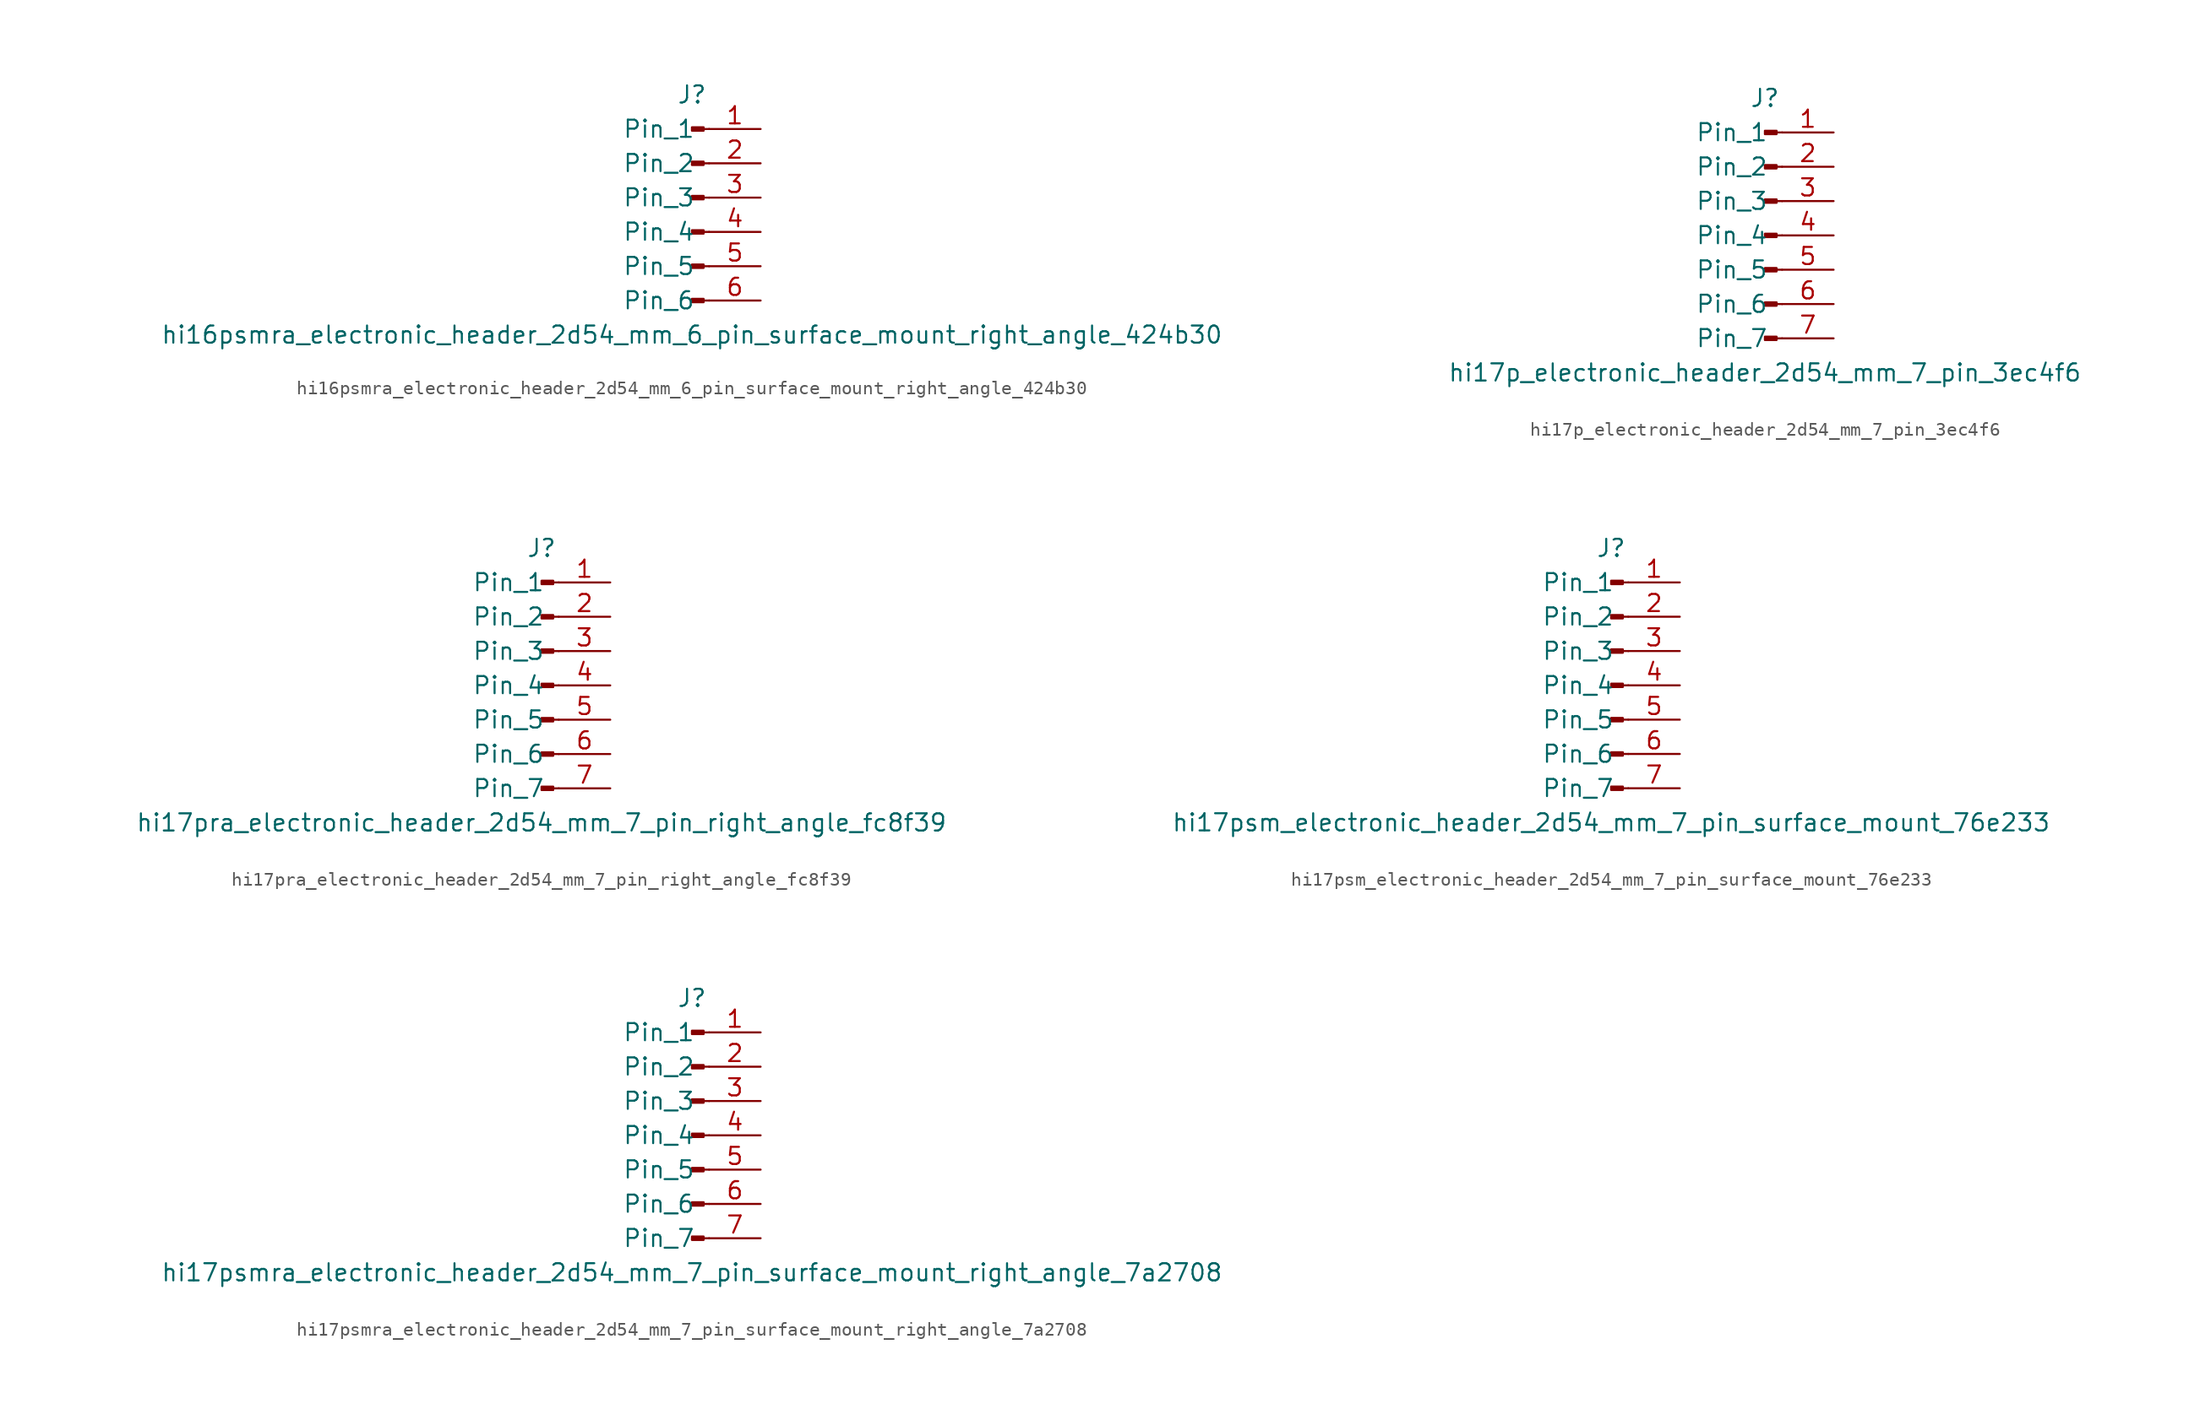
<source format=kicad_sym>
(kicad_symbol_lib
  (version 20220914)
  (generator kicad_symbol_editor)
  (symbol "hi16psmra_electronic_header_2d54_mm_6_pin_surface_mount_right_angle_424b30"
    (pin_names
      (offset 1.016))
    (property "Reference" "J"
      (at 0 7.62 0)
      (effects (font (size 1.27 1.27))))
    (property "Value" "hi16psmra_electronic_header_2d54_mm_6_pin_surface_mount_right_angle_424b30"
      (at 0 -10.16 0)
      (effects (font (size 1.27 1.27))))
    (property "ki_locked" ""
      (at 0 0 0)
      (effects (font (size 1.27 1.27))))
    (symbol "hi16psmra_electronic_header_2d54_mm_6_pin_surface_mount_right_angle_424b30_1_1"
      (polyline (pts (xy 1.27 -7.62) (xy 0.864 -7.62)) (stroke (width 0.152) (type default)) (fill (type none)))
      (polyline (pts (xy 1.27 -5.08) (xy 0.864 -5.08)) (stroke (width 0.152) (type default)) (fill (type none)))
      (polyline (pts (xy 1.27 -2.54) (xy 0.864 -2.54)) (stroke (width 0.152) (type default)) (fill (type none)))
      (polyline (pts (xy 1.27 0) (xy 0.864 0)) (stroke (width 0.152) (type default)) (fill (type none)))
      (polyline (pts (xy 1.27 2.54) (xy 0.864 2.54)) (stroke (width 0.152) (type default)) (fill (type none)))
      (polyline (pts (xy 1.27 5.08) (xy 0.864 5.08)) (stroke (width 0.152) (type default)) (fill (type none)))
      (rectangle (start 0.864 -7.493) (end 0 -7.747) (stroke (width 0.152) (type default)) (fill (type outline)))
      (rectangle (start 0.864 -4.953) (end 0 -5.207) (stroke (width 0.152) (type default)) (fill (type outline)))
      (rectangle (start 0.864 -2.413) (end 0 -2.667) (stroke (width 0.152) (type default)) (fill (type outline)))
      (rectangle (start 0.864 0.127) (end 0 -0.127) (stroke (width 0.152) (type default)) (fill (type outline)))
      (rectangle (start 0.864 2.667) (end 0 2.413) (stroke (width 0.152) (type default)) (fill (type outline)))
      (rectangle (start 0.864 5.207) (end 0 4.953) (stroke (width 0.152) (type default)) (fill (type outline)))
      (pin passive line (at 5.08 5.08 180) (length 3.81) (name "Pin_1" (effects (font (size 1.27 1.27)))) (number "1" (effects (font (size 1.27 1.27)))))
      (pin passive line (at 5.08 2.54 180) (length 3.81) (name "Pin_2" (effects (font (size 1.27 1.27)))) (number "2" (effects (font (size 1.27 1.27)))))
      (pin passive line (at 5.08 0 180) (length 3.81) (name "Pin_3" (effects (font (size 1.27 1.27)))) (number "3" (effects (font (size 1.27 1.27)))))
      (pin passive line (at 5.08 -2.54 180) (length 3.81) (name "Pin_4" (effects (font (size 1.27 1.27)))) (number "4" (effects (font (size 1.27 1.27)))))
      (pin passive line (at 5.08 -5.08 180) (length 3.81) (name "Pin_5" (effects (font (size 1.27 1.27)))) (number "5" (effects (font (size 1.27 1.27)))))
      (pin passive line (at 5.08 -7.62 180) (length 3.81) (name "Pin_6" (effects (font (size 1.27 1.27)))) (number "6" (effects (font (size 1.27 1.27)))))))
  (symbol "hi17p_electronic_header_2d54_mm_7_pin_3ec4f6"
    (pin_names
      (offset 1.016))
    (property "Reference" "J"
      (at 0 10.16 0)
      (effects (font (size 1.27 1.27))))
    (property "Value" "hi17p_electronic_header_2d54_mm_7_pin_3ec4f6"
      (at 0 -10.16 0)
      (effects (font (size 1.27 1.27))))
    (property "ki_locked" ""
      (at 0 0 0)
      (effects (font (size 1.27 1.27))))
    (symbol "hi17p_electronic_header_2d54_mm_7_pin_3ec4f6_1_1"
      (polyline (pts (xy 1.27 -7.62) (xy 0.864 -7.62)) (stroke (width 0.152) (type default)) (fill (type none)))
      (polyline (pts (xy 1.27 -5.08) (xy 0.864 -5.08)) (stroke (width 0.152) (type default)) (fill (type none)))
      (polyline (pts (xy 1.27 -2.54) (xy 0.864 -2.54)) (stroke (width 0.152) (type default)) (fill (type none)))
      (polyline (pts (xy 1.27 0) (xy 0.864 0)) (stroke (width 0.152) (type default)) (fill (type none)))
      (polyline (pts (xy 1.27 2.54) (xy 0.864 2.54)) (stroke (width 0.152) (type default)) (fill (type none)))
      (polyline (pts (xy 1.27 5.08) (xy 0.864 5.08)) (stroke (width 0.152) (type default)) (fill (type none)))
      (polyline (pts (xy 1.27 7.62) (xy 0.864 7.62)) (stroke (width 0.152) (type default)) (fill (type none)))
      (rectangle (start 0.864 -7.493) (end 0 -7.747) (stroke (width 0.152) (type default)) (fill (type outline)))
      (rectangle (start 0.864 -4.953) (end 0 -5.207) (stroke (width 0.152) (type default)) (fill (type outline)))
      (rectangle (start 0.864 -2.413) (end 0 -2.667) (stroke (width 0.152) (type default)) (fill (type outline)))
      (rectangle (start 0.864 0.127) (end 0 -0.127) (stroke (width 0.152) (type default)) (fill (type outline)))
      (rectangle (start 0.864 2.667) (end 0 2.413) (stroke (width 0.152) (type default)) (fill (type outline)))
      (rectangle (start 0.864 5.207) (end 0 4.953) (stroke (width 0.152) (type default)) (fill (type outline)))
      (rectangle (start 0.864 7.747) (end 0 7.493) (stroke (width 0.152) (type default)) (fill (type outline)))
      (pin passive line (at 5.08 7.62 180) (length 3.81) (name "Pin_1" (effects (font (size 1.27 1.27)))) (number "1" (effects (font (size 1.27 1.27)))))
      (pin passive line (at 5.08 5.08 180) (length 3.81) (name "Pin_2" (effects (font (size 1.27 1.27)))) (number "2" (effects (font (size 1.27 1.27)))))
      (pin passive line (at 5.08 2.54 180) (length 3.81) (name "Pin_3" (effects (font (size 1.27 1.27)))) (number "3" (effects (font (size 1.27 1.27)))))
      (pin passive line (at 5.08 0 180) (length 3.81) (name "Pin_4" (effects (font (size 1.27 1.27)))) (number "4" (effects (font (size 1.27 1.27)))))
      (pin passive line (at 5.08 -2.54 180) (length 3.81) (name "Pin_5" (effects (font (size 1.27 1.27)))) (number "5" (effects (font (size 1.27 1.27)))))
      (pin passive line (at 5.08 -5.08 180) (length 3.81) (name "Pin_6" (effects (font (size 1.27 1.27)))) (number "6" (effects (font (size 1.27 1.27)))))
      (pin passive line (at 5.08 -7.62 180) (length 3.81) (name "Pin_7" (effects (font (size 1.27 1.27)))) (number "7" (effects (font (size 1.27 1.27)))))))
  (symbol "hi17pra_electronic_header_2d54_mm_7_pin_right_angle_fc8f39"
    (pin_names
      (offset 1.016))
    (property "Reference" "J"
      (at 0 10.16 0)
      (effects (font (size 1.27 1.27))))
    (property "Value" "hi17pra_electronic_header_2d54_mm_7_pin_right_angle_fc8f39"
      (at 0 -10.16 0)
      (effects (font (size 1.27 1.27))))
    (property "ki_locked" ""
      (at 0 0 0)
      (effects (font (size 1.27 1.27))))
    (symbol "hi17pra_electronic_header_2d54_mm_7_pin_right_angle_fc8f39_1_1"
      (polyline (pts (xy 1.27 -7.62) (xy 0.864 -7.62)) (stroke (width 0.152) (type default)) (fill (type none)))
      (polyline (pts (xy 1.27 -5.08) (xy 0.864 -5.08)) (stroke (width 0.152) (type default)) (fill (type none)))
      (polyline (pts (xy 1.27 -2.54) (xy 0.864 -2.54)) (stroke (width 0.152) (type default)) (fill (type none)))
      (polyline (pts (xy 1.27 0) (xy 0.864 0)) (stroke (width 0.152) (type default)) (fill (type none)))
      (polyline (pts (xy 1.27 2.54) (xy 0.864 2.54)) (stroke (width 0.152) (type default)) (fill (type none)))
      (polyline (pts (xy 1.27 5.08) (xy 0.864 5.08)) (stroke (width 0.152) (type default)) (fill (type none)))
      (polyline (pts (xy 1.27 7.62) (xy 0.864 7.62)) (stroke (width 0.152) (type default)) (fill (type none)))
      (rectangle (start 0.864 -7.493) (end 0 -7.747) (stroke (width 0.152) (type default)) (fill (type outline)))
      (rectangle (start 0.864 -4.953) (end 0 -5.207) (stroke (width 0.152) (type default)) (fill (type outline)))
      (rectangle (start 0.864 -2.413) (end 0 -2.667) (stroke (width 0.152) (type default)) (fill (type outline)))
      (rectangle (start 0.864 0.127) (end 0 -0.127) (stroke (width 0.152) (type default)) (fill (type outline)))
      (rectangle (start 0.864 2.667) (end 0 2.413) (stroke (width 0.152) (type default)) (fill (type outline)))
      (rectangle (start 0.864 5.207) (end 0 4.953) (stroke (width 0.152) (type default)) (fill (type outline)))
      (rectangle (start 0.864 7.747) (end 0 7.493) (stroke (width 0.152) (type default)) (fill (type outline)))
      (pin passive line (at 5.08 7.62 180) (length 3.81) (name "Pin_1" (effects (font (size 1.27 1.27)))) (number "1" (effects (font (size 1.27 1.27)))))
      (pin passive line (at 5.08 5.08 180) (length 3.81) (name "Pin_2" (effects (font (size 1.27 1.27)))) (number "2" (effects (font (size 1.27 1.27)))))
      (pin passive line (at 5.08 2.54 180) (length 3.81) (name "Pin_3" (effects (font (size 1.27 1.27)))) (number "3" (effects (font (size 1.27 1.27)))))
      (pin passive line (at 5.08 0 180) (length 3.81) (name "Pin_4" (effects (font (size 1.27 1.27)))) (number "4" (effects (font (size 1.27 1.27)))))
      (pin passive line (at 5.08 -2.54 180) (length 3.81) (name "Pin_5" (effects (font (size 1.27 1.27)))) (number "5" (effects (font (size 1.27 1.27)))))
      (pin passive line (at 5.08 -5.08 180) (length 3.81) (name "Pin_6" (effects (font (size 1.27 1.27)))) (number "6" (effects (font (size 1.27 1.27)))))
      (pin passive line (at 5.08 -7.62 180) (length 3.81) (name "Pin_7" (effects (font (size 1.27 1.27)))) (number "7" (effects (font (size 1.27 1.27)))))))
  (symbol "hi17psm_electronic_header_2d54_mm_7_pin_surface_mount_76e233"
    (pin_names
      (offset 1.016))
    (property "Reference" "J"
      (at 0 10.16 0)
      (effects (font (size 1.27 1.27))))
    (property "Value" "hi17psm_electronic_header_2d54_mm_7_pin_surface_mount_76e233"
      (at 0 -10.16 0)
      (effects (font (size 1.27 1.27))))
    (property "ki_locked" ""
      (at 0 0 0)
      (effects (font (size 1.27 1.27))))
    (symbol "hi17psm_electronic_header_2d54_mm_7_pin_surface_mount_76e233_1_1"
      (polyline (pts (xy 1.27 -7.62) (xy 0.864 -7.62)) (stroke (width 0.152) (type default)) (fill (type none)))
      (polyline (pts (xy 1.27 -5.08) (xy 0.864 -5.08)) (stroke (width 0.152) (type default)) (fill (type none)))
      (polyline (pts (xy 1.27 -2.54) (xy 0.864 -2.54)) (stroke (width 0.152) (type default)) (fill (type none)))
      (polyline (pts (xy 1.27 0) (xy 0.864 0)) (stroke (width 0.152) (type default)) (fill (type none)))
      (polyline (pts (xy 1.27 2.54) (xy 0.864 2.54)) (stroke (width 0.152) (type default)) (fill (type none)))
      (polyline (pts (xy 1.27 5.08) (xy 0.864 5.08)) (stroke (width 0.152) (type default)) (fill (type none)))
      (polyline (pts (xy 1.27 7.62) (xy 0.864 7.62)) (stroke (width 0.152) (type default)) (fill (type none)))
      (rectangle (start 0.864 -7.493) (end 0 -7.747) (stroke (width 0.152) (type default)) (fill (type outline)))
      (rectangle (start 0.864 -4.953) (end 0 -5.207) (stroke (width 0.152) (type default)) (fill (type outline)))
      (rectangle (start 0.864 -2.413) (end 0 -2.667) (stroke (width 0.152) (type default)) (fill (type outline)))
      (rectangle (start 0.864 0.127) (end 0 -0.127) (stroke (width 0.152) (type default)) (fill (type outline)))
      (rectangle (start 0.864 2.667) (end 0 2.413) (stroke (width 0.152) (type default)) (fill (type outline)))
      (rectangle (start 0.864 5.207) (end 0 4.953) (stroke (width 0.152) (type default)) (fill (type outline)))
      (rectangle (start 0.864 7.747) (end 0 7.493) (stroke (width 0.152) (type default)) (fill (type outline)))
      (pin passive line (at 5.08 7.62 180) (length 3.81) (name "Pin_1" (effects (font (size 1.27 1.27)))) (number "1" (effects (font (size 1.27 1.27)))))
      (pin passive line (at 5.08 5.08 180) (length 3.81) (name "Pin_2" (effects (font (size 1.27 1.27)))) (number "2" (effects (font (size 1.27 1.27)))))
      (pin passive line (at 5.08 2.54 180) (length 3.81) (name "Pin_3" (effects (font (size 1.27 1.27)))) (number "3" (effects (font (size 1.27 1.27)))))
      (pin passive line (at 5.08 0 180) (length 3.81) (name "Pin_4" (effects (font (size 1.27 1.27)))) (number "4" (effects (font (size 1.27 1.27)))))
      (pin passive line (at 5.08 -2.54 180) (length 3.81) (name "Pin_5" (effects (font (size 1.27 1.27)))) (number "5" (effects (font (size 1.27 1.27)))))
      (pin passive line (at 5.08 -5.08 180) (length 3.81) (name "Pin_6" (effects (font (size 1.27 1.27)))) (number "6" (effects (font (size 1.27 1.27)))))
      (pin passive line (at 5.08 -7.62 180) (length 3.81) (name "Pin_7" (effects (font (size 1.27 1.27)))) (number "7" (effects (font (size 1.27 1.27)))))))
  (symbol "hi17psmra_electronic_header_2d54_mm_7_pin_surface_mount_right_angle_7a2708"
    (pin_names
      (offset 1.016))
    (property "Reference" "J"
      (at 0 10.16 0)
      (effects (font (size 1.27 1.27))))
    (property "Value" "hi17psmra_electronic_header_2d54_mm_7_pin_surface_mount_right_angle_7a2708"
      (at 0 -10.16 0)
      (effects (font (size 1.27 1.27))))
    (property "ki_locked" ""
      (at 0 0 0)
      (effects (font (size 1.27 1.27))))
    (symbol "hi17psmra_electronic_header_2d54_mm_7_pin_surface_mount_right_angle_7a2708_1_1"
      (polyline (pts (xy 1.27 -7.62) (xy 0.864 -7.62)) (stroke (width 0.152) (type default)) (fill (type none)))
      (polyline (pts (xy 1.27 -5.08) (xy 0.864 -5.08)) (stroke (width 0.152) (type default)) (fill (type none)))
      (polyline (pts (xy 1.27 -2.54) (xy 0.864 -2.54)) (stroke (width 0.152) (type default)) (fill (type none)))
      (polyline (pts (xy 1.27 0) (xy 0.864 0)) (stroke (width 0.152) (type default)) (fill (type none)))
      (polyline (pts (xy 1.27 2.54) (xy 0.864 2.54)) (stroke (width 0.152) (type default)) (fill (type none)))
      (polyline (pts (xy 1.27 5.08) (xy 0.864 5.08)) (stroke (width 0.152) (type default)) (fill (type none)))
      (polyline (pts (xy 1.27 7.62) (xy 0.864 7.62)) (stroke (width 0.152) (type default)) (fill (type none)))
      (rectangle (start 0.864 -7.493) (end 0 -7.747) (stroke (width 0.152) (type default)) (fill (type outline)))
      (rectangle (start 0.864 -4.953) (end 0 -5.207) (stroke (width 0.152) (type default)) (fill (type outline)))
      (rectangle (start 0.864 -2.413) (end 0 -2.667) (stroke (width 0.152) (type default)) (fill (type outline)))
      (rectangle (start 0.864 0.127) (end 0 -0.127) (stroke (width 0.152) (type default)) (fill (type outline)))
      (rectangle (start 0.864 2.667) (end 0 2.413) (stroke (width 0.152) (type default)) (fill (type outline)))
      (rectangle (start 0.864 5.207) (end 0 4.953) (stroke (width 0.152) (type default)) (fill (type outline)))
      (rectangle (start 0.864 7.747) (end 0 7.493) (stroke (width 0.152) (type default)) (fill (type outline)))
      (pin passive line (at 5.08 7.62 180) (length 3.81) (name "Pin_1" (effects (font (size 1.27 1.27)))) (number "1" (effects (font (size 1.27 1.27)))))
      (pin passive line (at 5.08 5.08 180) (length 3.81) (name "Pin_2" (effects (font (size 1.27 1.27)))) (number "2" (effects (font (size 1.27 1.27)))))
      (pin passive line (at 5.08 2.54 180) (length 3.81) (name "Pin_3" (effects (font (size 1.27 1.27)))) (number "3" (effects (font (size 1.27 1.27)))))
      (pin passive line (at 5.08 0 180) (length 3.81) (name "Pin_4" (effects (font (size 1.27 1.27)))) (number "4" (effects (font (size 1.27 1.27)))))
      (pin passive line (at 5.08 -2.54 180) (length 3.81) (name "Pin_5" (effects (font (size 1.27 1.27)))) (number "5" (effects (font (size 1.27 1.27)))))
      (pin passive line (at 5.08 -5.08 180) (length 3.81) (name "Pin_6" (effects (font (size 1.27 1.27)))) (number "6" (effects (font (size 1.27 1.27)))))
      (pin passive line (at 5.08 -7.62 180) (length 3.81) (name "Pin_7" (effects (font (size 1.27 1.27)))) (number "7" (effects (font (size 1.27 1.27))))))))
</source>
